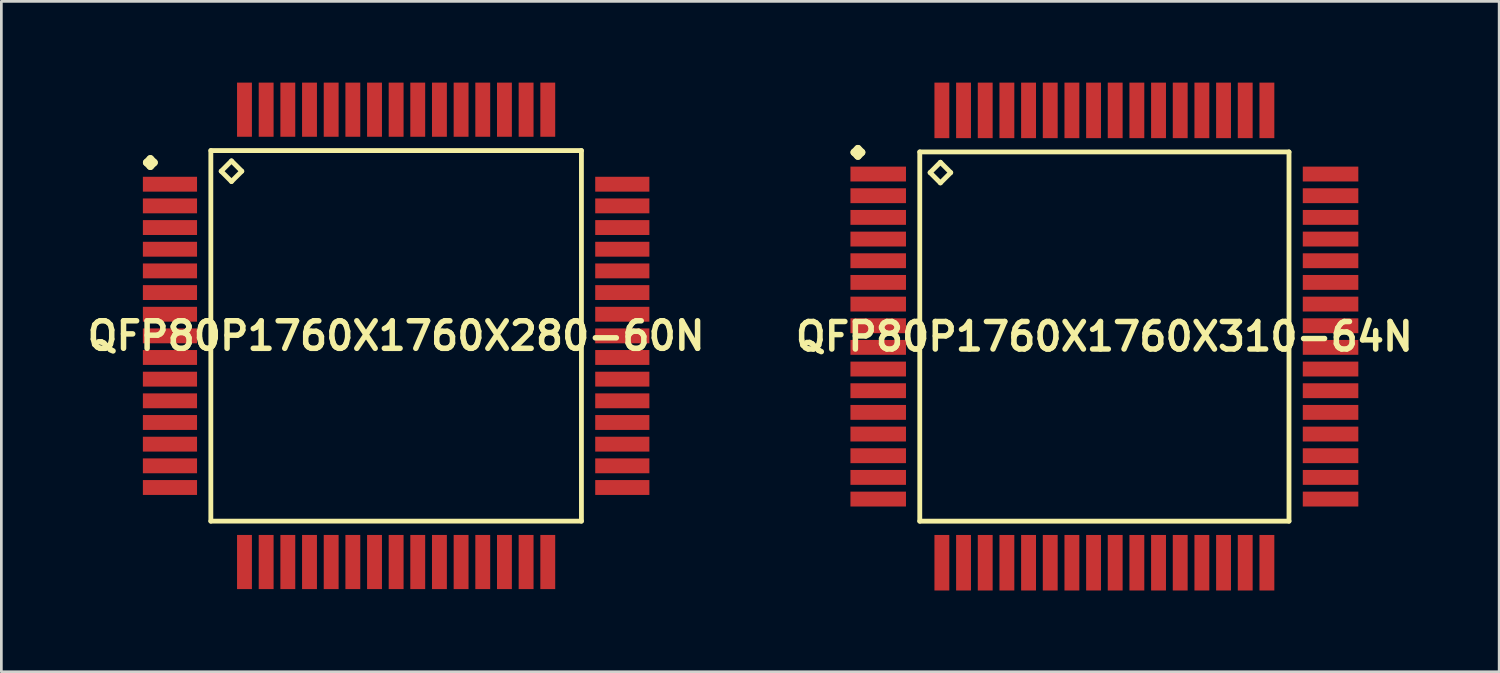
<source format=kicad_pcb>
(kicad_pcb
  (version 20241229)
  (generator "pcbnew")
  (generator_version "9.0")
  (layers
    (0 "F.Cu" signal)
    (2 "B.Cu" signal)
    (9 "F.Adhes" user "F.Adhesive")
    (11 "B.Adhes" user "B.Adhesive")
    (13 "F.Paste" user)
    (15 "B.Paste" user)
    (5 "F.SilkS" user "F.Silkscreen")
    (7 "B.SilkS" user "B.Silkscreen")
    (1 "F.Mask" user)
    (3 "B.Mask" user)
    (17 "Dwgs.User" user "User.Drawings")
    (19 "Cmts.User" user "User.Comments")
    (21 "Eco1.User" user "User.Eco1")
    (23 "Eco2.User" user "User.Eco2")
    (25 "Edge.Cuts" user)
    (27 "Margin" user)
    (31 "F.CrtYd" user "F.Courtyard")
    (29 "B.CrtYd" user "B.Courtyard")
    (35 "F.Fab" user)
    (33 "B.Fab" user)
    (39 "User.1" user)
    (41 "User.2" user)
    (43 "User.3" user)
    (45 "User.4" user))
  (footprint "QFP80P1760X1760X310-64N"
    (layer "F.Cu")
    (at 37.718 9.374)
    (property "Reference" "QFP80P1760X1760X310-64N" (at 0 0 0) (layer "F.SilkS") (effects (font (size 1.016 1.016) (thickness 0.203))))
    (attr smd)
    (fp_line (start -9.235 -6.8) (end -9.098 -6.937) (stroke (width 0.274) (type solid)) (layer "F.SilkS"))
    (fp_line (start -9.098 -6.937) (end -8.961 -6.8) (stroke (width 0.274) (type solid)) (layer "F.SilkS"))
    (fp_line (start -9.098 -6.662) (end -9.235 -6.8) (stroke (width 0.274) (type solid)) (layer "F.SilkS"))
    (fp_line (start -8.961 -6.8) (end -9.098 -6.662) (stroke (width 0.274) (type solid)) (layer "F.SilkS"))
    (fp_line (start -6.815 -6.815) (end -6.815 6.815) (stroke (width 0.178) (type solid)) (layer "F.SilkS"))
    (fp_line (start -6.815 6.815) (end 6.815 6.815) (stroke (width 0.178) (type solid)) (layer "F.SilkS"))
    (fp_line (start -6.434 -6.053) (end -6.053 -6.434) (stroke (width 0.178) (type solid)) (layer "F.SilkS"))
    (fp_line (start -6.053 -6.434) (end -5.672 -6.053) (stroke (width 0.178) (type solid)) (layer "F.SilkS"))
    (fp_line (start -6.053 -5.672) (end -6.434 -6.053) (stroke (width 0.178) (type solid)) (layer "F.SilkS"))
    (fp_line (start -5.672 -6.053) (end -6.053 -5.672) (stroke (width 0.178) (type solid)) (layer "F.SilkS"))
    (fp_line (start 6.815 -6.815) (end -6.815 -6.815) (stroke (width 0.178) (type solid)) (layer "F.SilkS"))
    (fp_line (start 6.815 6.815) (end 6.815 -6.815) (stroke (width 0.178) (type solid)) (layer "F.SilkS"))
    (pad "1" smd rect (at -8.349 -5.999) (size 2.05 0.549) (layers "F.Cu" "F.Mask" "F.Paste"))
    (pad "2" smd rect (at -8.349 -5.199) (size 2.05 0.549) (layers "F.Cu" "F.Mask" "F.Paste"))
    (pad "3" smd rect (at -8.349 -4.399) (size 2.05 0.549) (layers "F.Cu" "F.Mask" "F.Paste"))
    (pad "4" smd rect (at -8.349 -3.599) (size 2.05 0.549) (layers "F.Cu" "F.Mask" "F.Paste"))
    (pad "5" smd rect (at -8.349 -2.799) (size 2.05 0.549) (layers "F.Cu" "F.Mask" "F.Paste"))
    (pad "6" smd rect (at -8.349 -1.999) (size 2.05 0.549) (layers "F.Cu" "F.Mask" "F.Paste"))
    (pad "7" smd rect (at -8.349 -1.199) (size 2.05 0.549) (layers "F.Cu" "F.Mask" "F.Paste"))
    (pad "8" smd rect (at -8.349 -0.399) (size 2.05 0.549) (layers "F.Cu" "F.Mask" "F.Paste"))
    (pad "9" smd rect (at -8.349 0.399) (size 2.05 0.549) (layers "F.Cu" "F.Mask" "F.Paste"))
    (pad "10" smd rect (at -8.349 1.199) (size 2.05 0.549) (layers "F.Cu" "F.Mask" "F.Paste"))
    (pad "11" smd rect (at -8.349 1.999) (size 2.05 0.549) (layers "F.Cu" "F.Mask" "F.Paste"))
    (pad "12" smd rect (at -8.349 2.799) (size 2.05 0.549) (layers "F.Cu" "F.Mask" "F.Paste"))
    (pad "13" smd rect (at -8.349 3.599) (size 2.05 0.549) (layers "F.Cu" "F.Mask" "F.Paste"))
    (pad "14" smd rect (at -8.349 4.399) (size 2.05 0.549) (layers "F.Cu" "F.Mask" "F.Paste"))
    (pad "15" smd rect (at -8.349 5.199) (size 2.05 0.549) (layers "F.Cu" "F.Mask" "F.Paste"))
    (pad "16" smd rect (at -8.349 5.999) (size 2.05 0.549) (layers "F.Cu" "F.Mask" "F.Paste"))
    (pad "17" smd rect (at -5.999 8.349) (size 0.549 2.05) (layers "F.Cu" "F.Mask" "F.Paste"))
    (pad "18" smd rect (at -5.199 8.349) (size 0.549 2.05) (layers "F.Cu" "F.Mask" "F.Paste"))
    (pad "19" smd rect (at -4.399 8.349) (size 0.549 2.05) (layers "F.Cu" "F.Mask" "F.Paste"))
    (pad "20" smd rect (at -3.599 8.349) (size 0.549 2.05) (layers "F.Cu" "F.Mask" "F.Paste"))
    (pad "21" smd rect (at -2.799 8.349) (size 0.549 2.05) (layers "F.Cu" "F.Mask" "F.Paste"))
    (pad "22" smd rect (at -1.999 8.349) (size 0.549 2.05) (layers "F.Cu" "F.Mask" "F.Paste"))
    (pad "23" smd rect (at -1.199 8.349) (size 0.549 2.05) (layers "F.Cu" "F.Mask" "F.Paste"))
    (pad "24" smd rect (at -0.399 8.349) (size 0.549 2.05) (layers "F.Cu" "F.Mask" "F.Paste"))
    (pad "25" smd rect (at 0.399 8.349) (size 0.549 2.05) (layers "F.Cu" "F.Mask" "F.Paste"))
    (pad "26" smd rect (at 1.199 8.349) (size 0.549 2.05) (layers "F.Cu" "F.Mask" "F.Paste"))
    (pad "27" smd rect (at 1.999 8.349) (size 0.549 2.05) (layers "F.Cu" "F.Mask" "F.Paste"))
    (pad "28" smd rect (at 2.799 8.349) (size 0.549 2.05) (layers "F.Cu" "F.Mask" "F.Paste"))
    (pad "29" smd rect (at 3.599 8.349) (size 0.549 2.05) (layers "F.Cu" "F.Mask" "F.Paste"))
    (pad "30" smd rect (at 4.399 8.349) (size 0.549 2.05) (layers "F.Cu" "F.Mask" "F.Paste"))
    (pad "31" smd rect (at 5.199 8.349) (size 0.549 2.05) (layers "F.Cu" "F.Mask" "F.Paste"))
    (pad "32" smd rect (at 5.999 8.349) (size 0.549 2.05) (layers "F.Cu" "F.Mask" "F.Paste"))
    (pad "33" smd rect (at 8.349 5.999) (size 2.05 0.549) (layers "F.Cu" "F.Mask" "F.Paste"))
    (pad "34" smd rect (at 8.349 5.199) (size 2.05 0.549) (layers "F.Cu" "F.Mask" "F.Paste"))
    (pad "35" smd rect (at 8.349 4.399) (size 2.05 0.549) (layers "F.Cu" "F.Mask" "F.Paste"))
    (pad "36" smd rect (at 8.349 3.599) (size 2.05 0.549) (layers "F.Cu" "F.Mask" "F.Paste"))
    (pad "37" smd rect (at 8.349 2.799) (size 2.05 0.549) (layers "F.Cu" "F.Mask" "F.Paste"))
    (pad "38" smd rect (at 8.349 1.999) (size 2.05 0.549) (layers "F.Cu" "F.Mask" "F.Paste"))
    (pad "39" smd rect (at 8.349 1.199) (size 2.05 0.549) (layers "F.Cu" "F.Mask" "F.Paste"))
    (pad "40" smd rect (at 8.349 0.399) (size 2.05 0.549) (layers "F.Cu" "F.Mask" "F.Paste"))
    (pad "41" smd rect (at 8.349 -0.399) (size 2.05 0.549) (layers "F.Cu" "F.Mask" "F.Paste"))
    (pad "42" smd rect (at 8.349 -1.199) (size 2.05 0.549) (layers "F.Cu" "F.Mask" "F.Paste"))
    (pad "43" smd rect (at 8.349 -1.999) (size 2.05 0.549) (layers "F.Cu" "F.Mask" "F.Paste"))
    (pad "44" smd rect (at 8.349 -2.799) (size 2.05 0.549) (layers "F.Cu" "F.Mask" "F.Paste"))
    (pad "45" smd rect (at 8.349 -3.599) (size 2.05 0.549) (layers "F.Cu" "F.Mask" "F.Paste"))
    (pad "46" smd rect (at 8.349 -4.399) (size 2.05 0.549) (layers "F.Cu" "F.Mask" "F.Paste"))
    (pad "47" smd rect (at 8.349 -5.199) (size 2.05 0.549) (layers "F.Cu" "F.Mask" "F.Paste"))
    (pad "48" smd rect (at 8.349 -5.999) (size 2.05 0.549) (layers "F.Cu" "F.Mask" "F.Paste"))
    (pad "49" smd rect (at 5.999 -8.349) (size 0.549 2.05) (layers "F.Cu" "F.Mask" "F.Paste"))
    (pad "50" smd rect (at 5.199 -8.349) (size 0.549 2.05) (layers "F.Cu" "F.Mask" "F.Paste"))
    (pad "51" smd rect (at 4.399 -8.349) (size 0.549 2.05) (layers "F.Cu" "F.Mask" "F.Paste"))
    (pad "52" smd rect (at 3.599 -8.349) (size 0.549 2.05) (layers "F.Cu" "F.Mask" "F.Paste"))
    (pad "53" smd rect (at 2.799 -8.349) (size 0.549 2.05) (layers "F.Cu" "F.Mask" "F.Paste"))
    (pad "54" smd rect (at 1.999 -8.349) (size 0.549 2.05) (layers "F.Cu" "F.Mask" "F.Paste"))
    (pad "55" smd rect (at 1.199 -8.349) (size 0.549 2.05) (layers "F.Cu" "F.Mask" "F.Paste"))
    (pad "56" smd rect (at 0.399 -8.349) (size 0.549 2.05) (layers "F.Cu" "F.Mask" "F.Paste"))
    (pad "57" smd rect (at -0.399 -8.349) (size 0.549 2.05) (layers "F.Cu" "F.Mask" "F.Paste"))
    (pad "58" smd rect (at -1.199 -8.349) (size 0.549 2.05) (layers "F.Cu" "F.Mask" "F.Paste"))
    (pad "59" smd rect (at -1.999 -8.349) (size 0.549 2.05) (layers "F.Cu" "F.Mask" "F.Paste"))
    (pad "60" smd rect (at -2.799 -8.349) (size 0.549 2.05) (layers "F.Cu" "F.Mask" "F.Paste"))
    (pad "61" smd rect (at -3.599 -8.349) (size 0.549 2.05) (layers "F.Cu" "F.Mask" "F.Paste"))
    (pad "62" smd rect (at -4.399 -8.349) (size 0.549 2.05) (layers "F.Cu" "F.Mask" "F.Paste"))
    (pad "63" smd rect (at -5.199 -8.349) (size 0.549 2.05) (layers "F.Cu" "F.Mask" "F.Paste"))
    (pad "64" smd rect (at -5.999 -8.349) (size 0.549 2.05) (layers "F.Cu" "F.Mask" "F.Paste")))
  (footprint "QFP80P1760X1760X280-60N"
    (layer "F.Cu")
    (at 11.573 9.348)
    (property "Reference" "QFP80P1760X1760X280-60N" (at 0 0 0) (layer "F.SilkS") (effects (font (size 1.016 1.016) (thickness 0.203))))
    (attr smd)
    (fp_line (start -9.21 -6.398) (end -9.073 -6.535) (stroke (width 0.274) (type solid)) (layer "F.SilkS"))
    (fp_line (start -9.073 -6.535) (end -8.936 -6.398) (stroke (width 0.274) (type solid)) (layer "F.SilkS"))
    (fp_line (start -9.073 -6.261) (end -9.21 -6.398) (stroke (width 0.274) (type solid)) (layer "F.SilkS"))
    (fp_line (start -8.936 -6.398) (end -9.073 -6.261) (stroke (width 0.274) (type solid)) (layer "F.SilkS"))
    (fp_line (start -6.84 -6.84) (end -6.84 6.84) (stroke (width 0.178) (type solid)) (layer "F.SilkS"))
    (fp_line (start -6.84 6.84) (end 6.84 6.84) (stroke (width 0.178) (type solid)) (layer "F.SilkS"))
    (fp_line (start -6.459 -6.078) (end -6.078 -6.459) (stroke (width 0.178) (type solid)) (layer "F.SilkS"))
    (fp_line (start -6.078 -6.459) (end -5.697 -6.078) (stroke (width 0.178) (type solid)) (layer "F.SilkS"))
    (fp_line (start -6.078 -5.697) (end -6.459 -6.078) (stroke (width 0.178) (type solid)) (layer "F.SilkS"))
    (fp_line (start -5.697 -6.078) (end -6.078 -5.697) (stroke (width 0.178) (type solid)) (layer "F.SilkS"))
    (fp_line (start 6.84 -6.84) (end -6.84 -6.84) (stroke (width 0.178) (type solid)) (layer "F.SilkS"))
    (fp_line (start 6.84 6.84) (end 6.84 -6.84) (stroke (width 0.178) (type solid)) (layer "F.SilkS"))
    (pad "1" smd rect (at -8.349 -5.598) (size 1.999 0.549) (layers "F.Cu" "F.Mask" "F.Paste"))
    (pad "2" smd rect (at -8.349 -4.798) (size 1.999 0.549) (layers "F.Cu" "F.Mask" "F.Paste"))
    (pad "3" smd rect (at -8.349 -3.998) (size 1.999 0.549) (layers "F.Cu" "F.Mask" "F.Paste"))
    (pad "4" smd rect (at -8.349 -3.198) (size 1.999 0.549) (layers "F.Cu" "F.Mask" "F.Paste"))
    (pad "5" smd rect (at -8.349 -2.398) (size 1.999 0.549) (layers "F.Cu" "F.Mask" "F.Paste"))
    (pad "6" smd rect (at -8.349 -1.598) (size 1.999 0.549) (layers "F.Cu" "F.Mask" "F.Paste"))
    (pad "7" smd rect (at -8.349 -0.798) (size 1.999 0.549) (layers "F.Cu" "F.Mask" "F.Paste"))
    (pad "8" smd rect (at -8.349 0) (size 1.999 0.549) (layers "F.Cu" "F.Mask" "F.Paste"))
    (pad "9" smd rect (at -8.349 0.798) (size 1.999 0.549) (layers "F.Cu" "F.Mask" "F.Paste"))
    (pad "10" smd rect (at -8.349 1.598) (size 1.999 0.549) (layers "F.Cu" "F.Mask" "F.Paste"))
    (pad "11" smd rect (at -8.349 2.398) (size 1.999 0.549) (layers "F.Cu" "F.Mask" "F.Paste"))
    (pad "12" smd rect (at -8.349 3.198) (size 1.999 0.549) (layers "F.Cu" "F.Mask" "F.Paste"))
    (pad "13" smd rect (at -8.349 3.998) (size 1.999 0.549) (layers "F.Cu" "F.Mask" "F.Paste"))
    (pad "14" smd rect (at -8.349 4.798) (size 1.999 0.549) (layers "F.Cu" "F.Mask" "F.Paste"))
    (pad "15" smd rect (at -8.349 5.598) (size 1.999 0.549) (layers "F.Cu" "F.Mask" "F.Paste"))
    (pad "16" smd rect (at -5.598 8.349) (size 0.549 1.999) (layers "F.Cu" "F.Mask" "F.Paste"))
    (pad "17" smd rect (at -4.798 8.349) (size 0.549 1.999) (layers "F.Cu" "F.Mask" "F.Paste"))
    (pad "18" smd rect (at -3.998 8.349) (size 0.549 1.999) (layers "F.Cu" "F.Mask" "F.Paste"))
    (pad "19" smd rect (at -3.198 8.349) (size 0.549 1.999) (layers "F.Cu" "F.Mask" "F.Paste"))
    (pad "20" smd rect (at -2.398 8.349) (size 0.549 1.999) (layers "F.Cu" "F.Mask" "F.Paste"))
    (pad "21" smd rect (at -1.598 8.349) (size 0.549 1.999) (layers "F.Cu" "F.Mask" "F.Paste"))
    (pad "22" smd rect (at -0.798 8.349) (size 0.549 1.999) (layers "F.Cu" "F.Mask" "F.Paste"))
    (pad "23" smd rect (at 0 8.349) (size 0.549 1.999) (layers "F.Cu" "F.Mask" "F.Paste"))
    (pad "24" smd rect (at 0.798 8.349) (size 0.549 1.999) (layers "F.Cu" "F.Mask" "F.Paste"))
    (pad "25" smd rect (at 1.598 8.349) (size 0.549 1.999) (layers "F.Cu" "F.Mask" "F.Paste"))
    (pad "26" smd rect (at 2.398 8.349) (size 0.549 1.999) (layers "F.Cu" "F.Mask" "F.Paste"))
    (pad "27" smd rect (at 3.198 8.349) (size 0.549 1.999) (layers "F.Cu" "F.Mask" "F.Paste"))
    (pad "28" smd rect (at 3.998 8.349) (size 0.549 1.999) (layers "F.Cu" "F.Mask" "F.Paste"))
    (pad "29" smd rect (at 4.798 8.349) (size 0.549 1.999) (layers "F.Cu" "F.Mask" "F.Paste"))
    (pad "30" smd rect (at 5.598 8.349) (size 0.549 1.999) (layers "F.Cu" "F.Mask" "F.Paste"))
    (pad "31" smd rect (at 8.349 5.598) (size 1.999 0.549) (layers "F.Cu" "F.Mask" "F.Paste"))
    (pad "32" smd rect (at 8.349 4.798) (size 1.999 0.549) (layers "F.Cu" "F.Mask" "F.Paste"))
    (pad "33" smd rect (at 8.349 3.998) (size 1.999 0.549) (layers "F.Cu" "F.Mask" "F.Paste"))
    (pad "34" smd rect (at 8.349 3.198) (size 1.999 0.549) (layers "F.Cu" "F.Mask" "F.Paste"))
    (pad "35" smd rect (at 8.349 2.398) (size 1.999 0.549) (layers "F.Cu" "F.Mask" "F.Paste"))
    (pad "36" smd rect (at 8.349 1.598) (size 1.999 0.549) (layers "F.Cu" "F.Mask" "F.Paste"))
    (pad "37" smd rect (at 8.349 0.798) (size 1.999 0.549) (layers "F.Cu" "F.Mask" "F.Paste"))
    (pad "38" smd rect (at 8.349 0) (size 1.999 0.549) (layers "F.Cu" "F.Mask" "F.Paste"))
    (pad "39" smd rect (at 8.349 -0.798) (size 1.999 0.549) (layers "F.Cu" "F.Mask" "F.Paste"))
    (pad "40" smd rect (at 8.349 -1.598) (size 1.999 0.549) (layers "F.Cu" "F.Mask" "F.Paste"))
    (pad "41" smd rect (at 8.349 -2.398) (size 1.999 0.549) (layers "F.Cu" "F.Mask" "F.Paste"))
    (pad "42" smd rect (at 8.349 -3.198) (size 1.999 0.549) (layers "F.Cu" "F.Mask" "F.Paste"))
    (pad "43" smd rect (at 8.349 -3.998) (size 1.999 0.549) (layers "F.Cu" "F.Mask" "F.Paste"))
    (pad "44" smd rect (at 8.349 -4.798) (size 1.999 0.549) (layers "F.Cu" "F.Mask" "F.Paste"))
    (pad "45" smd rect (at 8.349 -5.598) (size 1.999 0.549) (layers "F.Cu" "F.Mask" "F.Paste"))
    (pad "46" smd rect (at 5.598 -8.349) (size 0.549 1.999) (layers "F.Cu" "F.Mask" "F.Paste"))
    (pad "47" smd rect (at 4.798 -8.349) (size 0.549 1.999) (layers "F.Cu" "F.Mask" "F.Paste"))
    (pad "48" smd rect (at 3.998 -8.349) (size 0.549 1.999) (layers "F.Cu" "F.Mask" "F.Paste"))
    (pad "49" smd rect (at 3.198 -8.349) (size 0.549 1.999) (layers "F.Cu" "F.Mask" "F.Paste"))
    (pad "50" smd rect (at 2.398 -8.349) (size 0.549 1.999) (layers "F.Cu" "F.Mask" "F.Paste"))
    (pad "51" smd rect (at 1.598 -8.349) (size 0.549 1.999) (layers "F.Cu" "F.Mask" "F.Paste"))
    (pad "52" smd rect (at 0.798 -8.349) (size 0.549 1.999) (layers "F.Cu" "F.Mask" "F.Paste"))
    (pad "53" smd rect (at 0 -8.349) (size 0.549 1.999) (layers "F.Cu" "F.Mask" "F.Paste"))
    (pad "54" smd rect (at -0.798 -8.349) (size 0.549 1.999) (layers "F.Cu" "F.Mask" "F.Paste"))
    (pad "55" smd rect (at -1.598 -8.349) (size 0.549 1.999) (layers "F.Cu" "F.Mask" "F.Paste"))
    (pad "56" smd rect (at -2.398 -8.349) (size 0.549 1.999) (layers "F.Cu" "F.Mask" "F.Paste"))
    (pad "57" smd rect (at -3.198 -8.349) (size 0.549 1.999) (layers "F.Cu" "F.Mask" "F.Paste"))
    (pad "58" smd rect (at -3.998 -8.349) (size 0.549 1.999) (layers "F.Cu" "F.Mask" "F.Paste"))
    (pad "59" smd rect (at -4.798 -8.349) (size 0.549 1.999) (layers "F.Cu" "F.Mask" "F.Paste"))
    (pad "60" smd rect (at -5.598 -8.349) (size 0.549 1.999) (layers "F.Cu" "F.Mask" "F.Paste")))
  (gr_rect
    (start -3 -3)
    (end 52.291 21.748)
    (stroke (width 0.1) (type default))
    (fill no)
    (layer "Edge.Cuts")))
</source>
